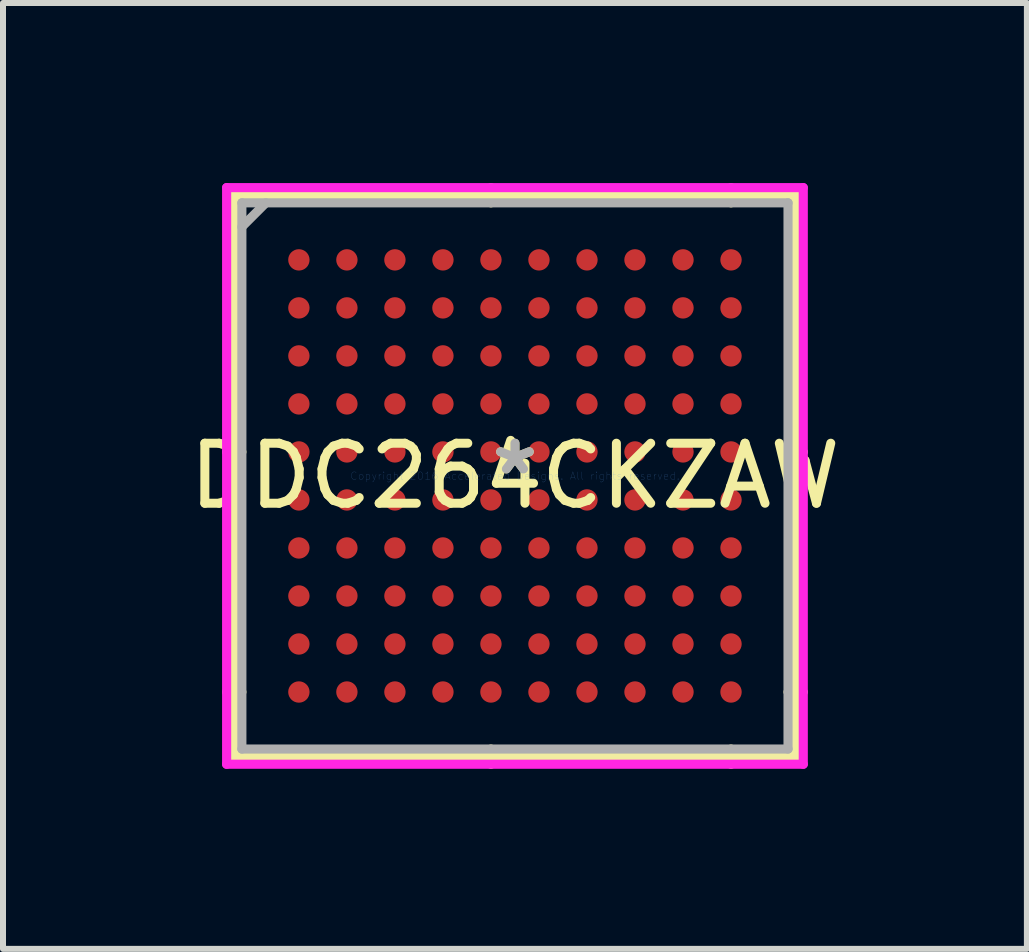
<source format=kicad_pcb>
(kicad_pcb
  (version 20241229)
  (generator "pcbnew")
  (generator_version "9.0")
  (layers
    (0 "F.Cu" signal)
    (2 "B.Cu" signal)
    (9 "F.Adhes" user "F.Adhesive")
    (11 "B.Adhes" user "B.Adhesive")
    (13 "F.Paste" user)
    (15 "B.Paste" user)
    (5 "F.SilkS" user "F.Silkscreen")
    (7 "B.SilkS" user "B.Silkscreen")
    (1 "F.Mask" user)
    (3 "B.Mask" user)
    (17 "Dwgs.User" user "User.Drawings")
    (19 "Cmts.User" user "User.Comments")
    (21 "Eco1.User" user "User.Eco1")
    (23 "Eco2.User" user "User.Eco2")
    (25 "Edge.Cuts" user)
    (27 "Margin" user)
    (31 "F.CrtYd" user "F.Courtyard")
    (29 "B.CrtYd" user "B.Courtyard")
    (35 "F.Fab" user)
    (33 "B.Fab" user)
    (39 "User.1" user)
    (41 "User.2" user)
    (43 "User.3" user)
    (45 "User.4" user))
  (footprint "DDC264CKZAW"
    (layer "F.Cu")
    (at 5.53 4.88)
    (property "Reference" "DDC264CKZAW" (at 0 0 0) (layer "F.SilkS") (effects (font (size 1 1) (thickness 0.15))))
    (attr through_hole)
    (fp_line (start -4.677 -4.677) (end -4.677 4.677) (stroke (width 0.152) (type solid)) (layer "F.SilkS"))
    (fp_line (start -4.677 4.677) (end 4.677 4.677) (stroke (width 0.152) (type solid)) (layer "F.SilkS"))
    (fp_line (start -4.55 -0.4) (end -4.804 -0.4) (stroke (width 0.152) (type solid)) (layer "F.SilkS"))
    (fp_line (start -4.55 3.6) (end -4.804 3.6) (stroke (width 0.152) (type solid)) (layer "F.SilkS"))
    (fp_line (start -0.4 -4.55) (end -0.4 -4.804) (stroke (width 0.152) (type solid)) (layer "F.SilkS"))
    (fp_line (start -0.4 4.55) (end -0.4 4.804) (stroke (width 0.152) (type solid)) (layer "F.SilkS"))
    (fp_line (start 3.6 -4.55) (end 3.6 -4.804) (stroke (width 0.152) (type solid)) (layer "F.SilkS"))
    (fp_line (start 3.6 4.55) (end 3.6 4.804) (stroke (width 0.152) (type solid)) (layer "F.SilkS"))
    (fp_line (start 4.55 -0.4) (end 4.804 -0.4) (stroke (width 0.152) (type solid)) (layer "F.SilkS"))
    (fp_line (start 4.55 3.6) (end 4.804 3.6) (stroke (width 0.152) (type solid)) (layer "F.SilkS"))
    (fp_line (start 4.677 -4.677) (end -4.677 -4.677) (stroke (width 0.152) (type solid)) (layer "F.SilkS"))
    (fp_line (start 4.677 4.677) (end 4.677 -4.677) (stroke (width 0.152) (type solid)) (layer "F.SilkS"))
    (fp_line (start -4.804 -4.804) (end 4.804 -4.804) (stroke (width 0.152) (type solid)) (layer "F.CrtYd"))
    (fp_line (start -4.804 4.804) (end -4.804 -4.804) (stroke (width 0.152) (type solid)) (layer "F.CrtYd"))
    (fp_line (start 4.804 -4.804) (end 4.804 4.804) (stroke (width 0.152) (type solid)) (layer "F.CrtYd"))
    (fp_line (start 4.804 4.804) (end -4.804 4.804) (stroke (width 0.152) (type solid)) (layer "F.CrtYd"))
    (fp_line (start -4.55 -4.55) (end -4.55 4.55) (stroke (width 0.152) (type solid)) (layer "F.Fab"))
    (fp_line (start -4.55 4.55) (end 4.55 4.55) (stroke (width 0.152) (type solid)) (layer "F.Fab"))
    (fp_line (start -4.15 -4.55) (end -4.55 -4.15) (stroke (width 0.152) (type solid)) (layer "F.Fab"))
    (fp_line (start 4.55 -4.55) (end -4.55 -4.55) (stroke (width 0.152) (type solid)) (layer "F.Fab"))
    (fp_line (start 4.55 4.55) (end 4.55 -4.55) (stroke (width 0.152) (type solid)) (layer "F.Fab"))
    (fp_text user "*" (at 0 0 0) (layer "F.SilkS") (effects (font (size 1 1) (thickness 0.15))))
    (fp_text user "Copyright 2016 Accelerated Designs. All rights reserved." (at 0 0 0) (layer "Cmts.User") (effects (font (size 0.127 0.127) (thickness 0.002))))
    (fp_text user "*" (at 0 0 0) (layer "F.Fab") (effects (font (size 1 1) (thickness 0.15))))
    (pad "A1" smd circle (at -3.6 -3.6) (size 0.356 0.356) (layers "F.Cu" "F.Mask" "F.Paste"))
    (pad "A2" smd circle (at -2.8 -3.6) (size 0.356 0.356) (layers "F.Cu" "F.Mask" "F.Paste"))
    (pad "A3" smd circle (at -2 -3.6) (size 0.356 0.356) (layers "F.Cu" "F.Mask" "F.Paste"))
    (pad "A4" smd circle (at -1.2 -3.6) (size 0.356 0.356) (layers "F.Cu" "F.Mask" "F.Paste"))
    (pad "A5" smd circle (at -0.4 -3.6) (size 0.356 0.356) (layers "F.Cu" "F.Mask" "F.Paste"))
    (pad "A6" smd circle (at 0.4 -3.6) (size 0.356 0.356) (layers "F.Cu" "F.Mask" "F.Paste"))
    (pad "A7" smd circle (at 1.2 -3.6) (size 0.356 0.356) (layers "F.Cu" "F.Mask" "F.Paste"))
    (pad "A8" smd circle (at 2 -3.6) (size 0.356 0.356) (layers "F.Cu" "F.Mask" "F.Paste"))
    (pad "A9" smd circle (at 2.8 -3.6) (size 0.356 0.356) (layers "F.Cu" "F.Mask" "F.Paste"))
    (pad "A10" smd circle (at 3.6 -3.6) (size 0.356 0.356) (layers "F.Cu" "F.Mask" "F.Paste"))
    (pad "B1" smd circle (at -3.6 -2.8) (size 0.356 0.356) (layers "F.Cu" "F.Mask" "F.Paste"))
    (pad "B2" smd circle (at -2.8 -2.8) (size 0.356 0.356) (layers "F.Cu" "F.Mask" "F.Paste"))
    (pad "B3" smd circle (at -2 -2.8) (size 0.356 0.356) (layers "F.Cu" "F.Mask" "F.Paste"))
    (pad "B4" smd circle (at -1.2 -2.8) (size 0.356 0.356) (layers "F.Cu" "F.Mask" "F.Paste"))
    (pad "B5" smd circle (at -0.4 -2.8) (size 0.356 0.356) (layers "F.Cu" "F.Mask" "F.Paste"))
    (pad "B6" smd circle (at 0.4 -2.8) (size 0.356 0.356) (layers "F.Cu" "F.Mask" "F.Paste"))
    (pad "B7" smd circle (at 1.2 -2.8) (size 0.356 0.356) (layers "F.Cu" "F.Mask" "F.Paste"))
    (pad "B8" smd circle (at 2 -2.8) (size 0.356 0.356) (layers "F.Cu" "F.Mask" "F.Paste"))
    (pad "B9" smd circle (at 2.8 -2.8) (size 0.356 0.356) (layers "F.Cu" "F.Mask" "F.Paste"))
    (pad "B10" smd circle (at 3.6 -2.8) (size 0.356 0.356) (layers "F.Cu" "F.Mask" "F.Paste"))
    (pad "C1" smd circle (at -3.6 -2) (size 0.356 0.356) (layers "F.Cu" "F.Mask" "F.Paste"))
    (pad "C2" smd circle (at -2.8 -2) (size 0.356 0.356) (layers "F.Cu" "F.Mask" "F.Paste"))
    (pad "C3" smd circle (at -2 -2) (size 0.356 0.356) (layers "F.Cu" "F.Mask" "F.Paste"))
    (pad "C4" smd circle (at -1.2 -2) (size 0.356 0.356) (layers "F.Cu" "F.Mask" "F.Paste"))
    (pad "C5" smd circle (at -0.4 -2) (size 0.356 0.356) (layers "F.Cu" "F.Mask" "F.Paste"))
    (pad "C6" smd circle (at 0.4 -2) (size 0.356 0.356) (layers "F.Cu" "F.Mask" "F.Paste"))
    (pad "C7" smd circle (at 1.2 -2) (size 0.356 0.356) (layers "F.Cu" "F.Mask" "F.Paste"))
    (pad "C8" smd circle (at 2 -2) (size 0.356 0.356) (layers "F.Cu" "F.Mask" "F.Paste"))
    (pad "C9" smd circle (at 2.8 -2) (size 0.356 0.356) (layers "F.Cu" "F.Mask" "F.Paste"))
    (pad "C10" smd circle (at 3.6 -2) (size 0.356 0.356) (layers "F.Cu" "F.Mask" "F.Paste"))
    (pad "D1" smd circle (at -3.6 -1.2) (size 0.356 0.356) (layers "F.Cu" "F.Mask" "F.Paste"))
    (pad "D2" smd circle (at -2.8 -1.2) (size 0.356 0.356) (layers "F.Cu" "F.Mask" "F.Paste"))
    (pad "D3" smd circle (at -2 -1.2) (size 0.356 0.356) (layers "F.Cu" "F.Mask" "F.Paste"))
    (pad "D4" smd circle (at -1.2 -1.2) (size 0.356 0.356) (layers "F.Cu" "F.Mask" "F.Paste"))
    (pad "D5" smd circle (at -0.4 -1.2) (size 0.356 0.356) (layers "F.Cu" "F.Mask" "F.Paste"))
    (pad "D6" smd circle (at 0.4 -1.2) (size 0.356 0.356) (layers "F.Cu" "F.Mask" "F.Paste"))
    (pad "D7" smd circle (at 1.2 -1.2) (size 0.356 0.356) (layers "F.Cu" "F.Mask" "F.Paste"))
    (pad "D8" smd circle (at 2 -1.2) (size 0.356 0.356) (layers "F.Cu" "F.Mask" "F.Paste"))
    (pad "D9" smd circle (at 2.8 -1.2) (size 0.356 0.356) (layers "F.Cu" "F.Mask" "F.Paste"))
    (pad "D10" smd circle (at 3.6 -1.2) (size 0.356 0.356) (layers "F.Cu" "F.Mask" "F.Paste"))
    (pad "E1" smd circle (at -3.6 -0.4) (size 0.356 0.356) (layers "F.Cu" "F.Mask" "F.Paste"))
    (pad "E2" smd circle (at -2.8 -0.4) (size 0.356 0.356) (layers "F.Cu" "F.Mask" "F.Paste"))
    (pad "E3" smd circle (at -2 -0.4) (size 0.356 0.356) (layers "F.Cu" "F.Mask" "F.Paste"))
    (pad "E4" smd circle (at -1.2 -0.4) (size 0.356 0.356) (layers "F.Cu" "F.Mask" "F.Paste"))
    (pad "E5" smd circle (at -0.4 -0.4) (size 0.356 0.356) (layers "F.Cu" "F.Mask" "F.Paste"))
    (pad "E6" smd circle (at 0.4 -0.4) (size 0.356 0.356) (layers "F.Cu" "F.Mask" "F.Paste"))
    (pad "E7" smd circle (at 1.2 -0.4) (size 0.356 0.356) (layers "F.Cu" "F.Mask" "F.Paste"))
    (pad "E8" smd circle (at 2 -0.4) (size 0.356 0.356) (layers "F.Cu" "F.Mask" "F.Paste"))
    (pad "E9" smd circle (at 2.8 -0.4) (size 0.356 0.356) (layers "F.Cu" "F.Mask" "F.Paste"))
    (pad "E10" smd circle (at 3.6 -0.4) (size 0.356 0.356) (layers "F.Cu" "F.Mask" "F.Paste"))
    (pad "F1" smd circle (at -3.6 0.4) (size 0.356 0.356) (layers "F.Cu" "F.Mask" "F.Paste"))
    (pad "F2" smd circle (at -2.8 0.4) (size 0.356 0.356) (layers "F.Cu" "F.Mask" "F.Paste"))
    (pad "F3" smd circle (at -2 0.4) (size 0.356 0.356) (layers "F.Cu" "F.Mask" "F.Paste"))
    (pad "F4" smd circle (at -1.2 0.4) (size 0.356 0.356) (layers "F.Cu" "F.Mask" "F.Paste"))
    (pad "F5" smd circle (at -0.4 0.4) (size 0.356 0.356) (layers "F.Cu" "F.Mask" "F.Paste"))
    (pad "F6" smd circle (at 0.4 0.4) (size 0.356 0.356) (layers "F.Cu" "F.Mask" "F.Paste"))
    (pad "F7" smd circle (at 1.2 0.4) (size 0.356 0.356) (layers "F.Cu" "F.Mask" "F.Paste"))
    (pad "F8" smd circle (at 2 0.4) (size 0.356 0.356) (layers "F.Cu" "F.Mask" "F.Paste"))
    (pad "F9" smd circle (at 2.8 0.4) (size 0.356 0.356) (layers "F.Cu" "F.Mask" "F.Paste"))
    (pad "F10" smd circle (at 3.6 0.4) (size 0.356 0.356) (layers "F.Cu" "F.Mask" "F.Paste"))
    (pad "G1" smd circle (at -3.6 1.2) (size 0.356 0.356) (layers "F.Cu" "F.Mask" "F.Paste"))
    (pad "G2" smd circle (at -2.8 1.2) (size 0.356 0.356) (layers "F.Cu" "F.Mask" "F.Paste"))
    (pad "G3" smd circle (at -2 1.2) (size 0.356 0.356) (layers "F.Cu" "F.Mask" "F.Paste"))
    (pad "G4" smd circle (at -1.2 1.2) (size 0.356 0.356) (layers "F.Cu" "F.Mask" "F.Paste"))
    (pad "G5" smd circle (at -0.4 1.2) (size 0.356 0.356) (layers "F.Cu" "F.Mask" "F.Paste"))
    (pad "G6" smd circle (at 0.4 1.2) (size 0.356 0.356) (layers "F.Cu" "F.Mask" "F.Paste"))
    (pad "G7" smd circle (at 1.2 1.2) (size 0.356 0.356) (layers "F.Cu" "F.Mask" "F.Paste"))
    (pad "G8" smd circle (at 2 1.2) (size 0.356 0.356) (layers "F.Cu" "F.Mask" "F.Paste"))
    (pad "G9" smd circle (at 2.8 1.2) (size 0.356 0.356) (layers "F.Cu" "F.Mask" "F.Paste"))
    (pad "G10" smd circle (at 3.6 1.2) (size 0.356 0.356) (layers "F.Cu" "F.Mask" "F.Paste"))
    (pad "H1" smd circle (at -3.6 2) (size 0.356 0.356) (layers "F.Cu" "F.Mask" "F.Paste"))
    (pad "H2" smd circle (at -2.8 2) (size 0.356 0.356) (layers "F.Cu" "F.Mask" "F.Paste"))
    (pad "H3" smd circle (at -2 2) (size 0.356 0.356) (layers "F.Cu" "F.Mask" "F.Paste"))
    (pad "H4" smd circle (at -1.2 2) (size 0.356 0.356) (layers "F.Cu" "F.Mask" "F.Paste"))
    (pad "H5" smd circle (at -0.4 2) (size 0.356 0.356) (layers "F.Cu" "F.Mask" "F.Paste"))
    (pad "H6" smd circle (at 0.4 2) (size 0.356 0.356) (layers "F.Cu" "F.Mask" "F.Paste"))
    (pad "H7" smd circle (at 1.2 2) (size 0.356 0.356) (layers "F.Cu" "F.Mask" "F.Paste"))
    (pad "H8" smd circle (at 2 2) (size 0.356 0.356) (layers "F.Cu" "F.Mask" "F.Paste"))
    (pad "H9" smd circle (at 2.8 2) (size 0.356 0.356) (layers "F.Cu" "F.Mask" "F.Paste"))
    (pad "H10" smd circle (at 3.6 2) (size 0.356 0.356) (layers "F.Cu" "F.Mask" "F.Paste"))
    (pad "J1" smd circle (at -3.6 2.8) (size 0.356 0.356) (layers "F.Cu" "F.Mask" "F.Paste"))
    (pad "J2" smd circle (at -2.8 2.8) (size 0.356 0.356) (layers "F.Cu" "F.Mask" "F.Paste"))
    (pad "J3" smd circle (at -2 2.8) (size 0.356 0.356) (layers "F.Cu" "F.Mask" "F.Paste"))
    (pad "J4" smd circle (at -1.2 2.8) (size 0.356 0.356) (layers "F.Cu" "F.Mask" "F.Paste"))
    (pad "J5" smd circle (at -0.4 2.8) (size 0.356 0.356) (layers "F.Cu" "F.Mask" "F.Paste"))
    (pad "J6" smd circle (at 0.4 2.8) (size 0.356 0.356) (layers "F.Cu" "F.Mask" "F.Paste"))
    (pad "J7" smd circle (at 1.2 2.8) (size 0.356 0.356) (layers "F.Cu" "F.Mask" "F.Paste"))
    (pad "J8" smd circle (at 2 2.8) (size 0.356 0.356) (layers "F.Cu" "F.Mask" "F.Paste"))
    (pad "J9" smd circle (at 2.8 2.8) (size 0.356 0.356) (layers "F.Cu" "F.Mask" "F.Paste"))
    (pad "J10" smd circle (at 3.6 2.8) (size 0.356 0.356) (layers "F.Cu" "F.Mask" "F.Paste"))
    (pad "K1" smd circle (at -3.6 3.6) (size 0.356 0.356) (layers "F.Cu" "F.Mask" "F.Paste"))
    (pad "K2" smd circle (at -2.8 3.6) (size 0.356 0.356) (layers "F.Cu" "F.Mask" "F.Paste"))
    (pad "K3" smd circle (at -2 3.6) (size 0.356 0.356) (layers "F.Cu" "F.Mask" "F.Paste"))
    (pad "K4" smd circle (at -1.2 3.6) (size 0.356 0.356) (layers "F.Cu" "F.Mask" "F.Paste"))
    (pad "K5" smd circle (at -0.4 3.6) (size 0.356 0.356) (layers "F.Cu" "F.Mask" "F.Paste"))
    (pad "K6" smd circle (at 0.4 3.6) (size 0.356 0.356) (layers "F.Cu" "F.Mask" "F.Paste"))
    (pad "K7" smd circle (at 1.2 3.6) (size 0.356 0.356) (layers "F.Cu" "F.Mask" "F.Paste"))
    (pad "K8" smd circle (at 2 3.6) (size 0.356 0.356) (layers "F.Cu" "F.Mask" "F.Paste"))
    (pad "K9" smd circle (at 2.8 3.6) (size 0.356 0.356) (layers "F.Cu" "F.Mask" "F.Paste"))
    (pad "K10" smd circle (at 3.6 3.6) (size 0.356 0.356) (layers "F.Cu" "F.Mask" "F.Paste")))
  (gr_rect
    (start -3 -3)
    (end 14.06 12.76)
    (stroke (width 0.1) (type default))
    (fill no)
    (layer "Edge.Cuts")))
</source>
